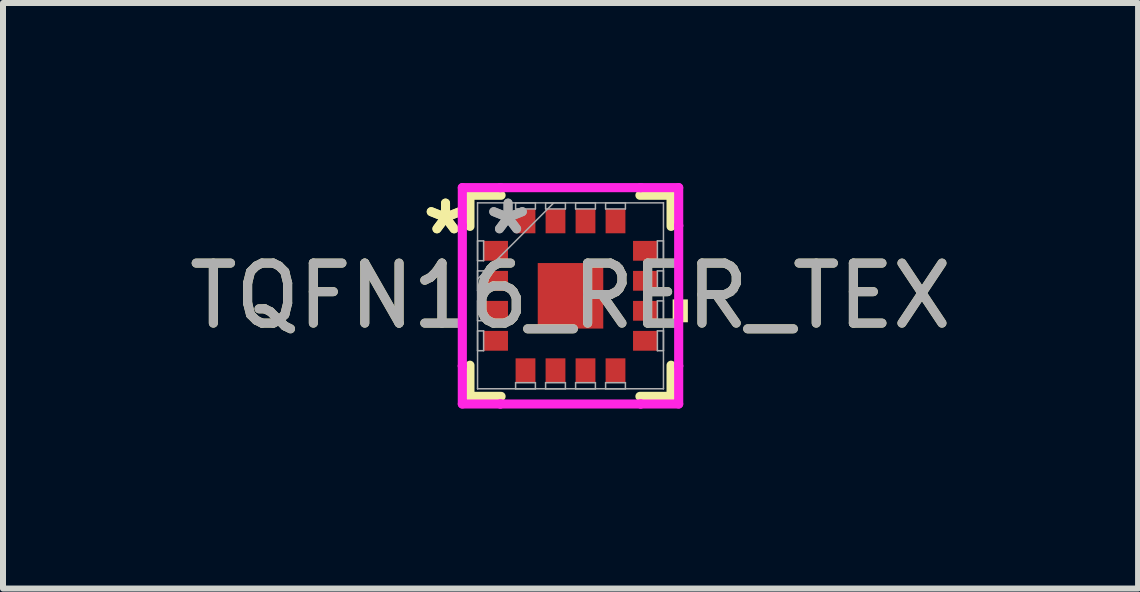
<source format=kicad_pcb>
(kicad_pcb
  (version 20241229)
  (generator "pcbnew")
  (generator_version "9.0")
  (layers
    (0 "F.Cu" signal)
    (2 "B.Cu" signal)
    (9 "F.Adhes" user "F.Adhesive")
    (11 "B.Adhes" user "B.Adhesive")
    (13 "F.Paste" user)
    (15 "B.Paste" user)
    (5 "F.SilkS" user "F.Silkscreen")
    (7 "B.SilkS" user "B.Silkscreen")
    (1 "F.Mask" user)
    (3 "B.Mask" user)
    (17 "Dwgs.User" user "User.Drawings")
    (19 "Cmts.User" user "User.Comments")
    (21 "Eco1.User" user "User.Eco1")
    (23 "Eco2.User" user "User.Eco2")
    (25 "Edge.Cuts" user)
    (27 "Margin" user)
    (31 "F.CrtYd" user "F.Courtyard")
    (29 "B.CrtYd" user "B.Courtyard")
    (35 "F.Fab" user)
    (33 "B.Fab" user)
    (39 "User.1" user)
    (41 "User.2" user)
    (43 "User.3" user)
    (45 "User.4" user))
  (footprint "TQFN16_RER_TEX"
    (layer "F.Cu")
    (at 6.458 1.88)
    (property "Reference" "TQFN16_RER_TEX" (at 0 0 0) (unlocked yes) (layer "F.SilkS") (effects (font (size 1 1) (thickness 0.15))))
    (attr smd)
    (fp_line (start -1.676 -1.676) (end -1.676 -1.157) (stroke (width 0.152) (type solid)) (layer "F.SilkS"))
    (fp_line (start -1.676 1.157) (end -1.676 1.676) (stroke (width 0.152) (type solid)) (layer "F.SilkS"))
    (fp_line (start -1.676 1.676) (end -1.157 1.676) (stroke (width 0.152) (type solid)) (layer "F.SilkS"))
    (fp_line (start -1.157 -1.676) (end -1.676 -1.676) (stroke (width 0.152) (type solid)) (layer "F.SilkS"))
    (fp_line (start 1.157 1.676) (end 1.676 1.676) (stroke (width 0.152) (type solid)) (layer "F.SilkS"))
    (fp_line (start 1.676 -1.676) (end 1.157 -1.676) (stroke (width 0.152) (type solid)) (layer "F.SilkS"))
    (fp_line (start 1.676 -1.157) (end 1.676 -1.676) (stroke (width 0.152) (type solid)) (layer "F.SilkS"))
    (fp_line (start 1.676 1.676) (end 1.676 1.157) (stroke (width 0.152) (type solid)) (layer "F.SilkS"))
    (fp_poly (pts (xy 1.956 0.06) (xy 1.956 0.441) (xy 1.702 0.441) (xy 1.702 0.06)) (stroke (width 0) (type solid)) (fill yes) (layer "F.SilkS"))
    (fp_line (start -1.803 -1.803) (end -1.169 -1.803) (stroke (width 0.152) (type solid)) (layer "F.CrtYd"))
    (fp_line (start -1.803 -1.169) (end -1.803 -1.803) (stroke (width 0.152) (type solid)) (layer "F.CrtYd"))
    (fp_line (start -1.803 -1.169) (end -1.803 -1.169) (stroke (width 0.152) (type solid)) (layer "F.CrtYd"))
    (fp_line (start -1.803 1.169) (end -1.803 -1.169) (stroke (width 0.152) (type solid)) (layer "F.CrtYd"))
    (fp_line (start -1.803 1.169) (end -1.803 1.169) (stroke (width 0.152) (type solid)) (layer "F.CrtYd"))
    (fp_line (start -1.803 1.803) (end -1.803 1.169) (stroke (width 0.152) (type solid)) (layer "F.CrtYd"))
    (fp_line (start -1.169 -1.803) (end -1.169 -1.803) (stroke (width 0.152) (type solid)) (layer "F.CrtYd"))
    (fp_line (start -1.169 -1.803) (end 1.169 -1.803) (stroke (width 0.152) (type solid)) (layer "F.CrtYd"))
    (fp_line (start -1.169 1.803) (end -1.803 1.803) (stroke (width 0.152) (type solid)) (layer "F.CrtYd"))
    (fp_line (start -1.169 1.803) (end -1.169 1.803) (stroke (width 0.152) (type solid)) (layer "F.CrtYd"))
    (fp_line (start 1.169 -1.803) (end 1.169 -1.803) (stroke (width 0.152) (type solid)) (layer "F.CrtYd"))
    (fp_line (start 1.169 -1.803) (end 1.803 -1.803) (stroke (width 0.152) (type solid)) (layer "F.CrtYd"))
    (fp_line (start 1.169 1.803) (end -1.169 1.803) (stroke (width 0.152) (type solid)) (layer "F.CrtYd"))
    (fp_line (start 1.169 1.803) (end 1.169 1.803) (stroke (width 0.152) (type solid)) (layer "F.CrtYd"))
    (fp_line (start 1.803 -1.803) (end 1.803 -1.169) (stroke (width 0.152) (type solid)) (layer "F.CrtYd"))
    (fp_line (start 1.803 -1.169) (end 1.803 -1.169) (stroke (width 0.152) (type solid)) (layer "F.CrtYd"))
    (fp_line (start 1.803 -1.169) (end 1.803 1.169) (stroke (width 0.152) (type solid)) (layer "F.CrtYd"))
    (fp_line (start 1.803 1.169) (end 1.803 1.169) (stroke (width 0.152) (type solid)) (layer "F.CrtYd"))
    (fp_line (start 1.803 1.169) (end 1.803 1.803) (stroke (width 0.152) (type solid)) (layer "F.CrtYd"))
    (fp_line (start 1.803 1.803) (end 1.169 1.803) (stroke (width 0.152) (type solid)) (layer "F.CrtYd"))
    (fp_line (start -1.549 -1.549) (end -1.549 -1.549) (stroke (width 0.025) (type solid)) (layer "F.Fab"))
    (fp_line (start -1.549 -1.549) (end -1.549 1.549) (stroke (width 0.025) (type solid)) (layer "F.Fab"))
    (fp_line (start -1.549 -0.915) (end -1.448 -0.915) (stroke (width 0.025) (type solid)) (layer "F.Fab"))
    (fp_line (start -1.549 -0.585) (end -1.549 -0.915) (stroke (width 0.025) (type solid)) (layer "F.Fab"))
    (fp_line (start -1.549 -0.415) (end -1.448 -0.415) (stroke (width 0.025) (type solid)) (layer "F.Fab"))
    (fp_line (start -1.549 -0.279) (end -0.279 -1.549) (stroke (width 0.025) (type solid)) (layer "F.Fab"))
    (fp_line (start -1.549 -0.085) (end -1.549 -0.415) (stroke (width 0.025) (type solid)) (layer "F.Fab"))
    (fp_line (start -1.549 0.085) (end -1.448 0.085) (stroke (width 0.025) (type solid)) (layer "F.Fab"))
    (fp_line (start -1.549 0.415) (end -1.549 0.085) (stroke (width 0.025) (type solid)) (layer "F.Fab"))
    (fp_line (start -1.549 0.585) (end -1.448 0.585) (stroke (width 0.025) (type solid)) (layer "F.Fab"))
    (fp_line (start -1.549 0.915) (end -1.549 0.585) (stroke (width 0.025) (type solid)) (layer "F.Fab"))
    (fp_line (start -1.549 1.549) (end -1.549 1.549) (stroke (width 0.025) (type solid)) (layer "F.Fab"))
    (fp_line (start -1.549 1.549) (end 1.549 1.549) (stroke (width 0.025) (type solid)) (layer "F.Fab"))
    (fp_line (start -1.448 -0.915) (end -1.448 -0.585) (stroke (width 0.025) (type solid)) (layer "F.Fab"))
    (fp_line (start -1.448 -0.585) (end -1.549 -0.585) (stroke (width 0.025) (type solid)) (layer "F.Fab"))
    (fp_line (start -1.448 -0.415) (end -1.448 -0.085) (stroke (width 0.025) (type solid)) (layer "F.Fab"))
    (fp_line (start -1.448 -0.085) (end -1.549 -0.085) (stroke (width 0.025) (type solid)) (layer "F.Fab"))
    (fp_line (start -1.448 0.085) (end -1.448 0.415) (stroke (width 0.025) (type solid)) (layer "F.Fab"))
    (fp_line (start -1.448 0.415) (end -1.549 0.415) (stroke (width 0.025) (type solid)) (layer "F.Fab"))
    (fp_line (start -1.448 0.585) (end -1.448 0.915) (stroke (width 0.025) (type solid)) (layer "F.Fab"))
    (fp_line (start -1.448 0.915) (end -1.549 0.915) (stroke (width 0.025) (type solid)) (layer "F.Fab"))
    (fp_line (start -0.915 -1.549) (end -0.585 -1.549) (stroke (width 0.025) (type solid)) (layer "F.Fab"))
    (fp_line (start -0.915 -1.448) (end -0.915 -1.549) (stroke (width 0.025) (type solid)) (layer "F.Fab"))
    (fp_line (start -0.915 1.448) (end -0.585 1.448) (stroke (width 0.025) (type solid)) (layer "F.Fab"))
    (fp_line (start -0.915 1.549) (end -0.915 1.448) (stroke (width 0.025) (type solid)) (layer "F.Fab"))
    (fp_line (start -0.585 -1.549) (end -0.585 -1.448) (stroke (width 0.025) (type solid)) (layer "F.Fab"))
    (fp_line (start -0.585 -1.448) (end -0.915 -1.448) (stroke (width 0.025) (type solid)) (layer "F.Fab"))
    (fp_line (start -0.585 1.448) (end -0.585 1.549) (stroke (width 0.025) (type solid)) (layer "F.Fab"))
    (fp_line (start -0.585 1.549) (end -0.915 1.549) (stroke (width 0.025) (type solid)) (layer "F.Fab"))
    (fp_line (start -0.415 -1.549) (end -0.085 -1.549) (stroke (width 0.025) (type solid)) (layer "F.Fab"))
    (fp_line (start -0.415 -1.448) (end -0.415 -1.549) (stroke (width 0.025) (type solid)) (layer "F.Fab"))
    (fp_line (start -0.415 1.448) (end -0.085 1.448) (stroke (width 0.025) (type solid)) (layer "F.Fab"))
    (fp_line (start -0.415 1.549) (end -0.415 1.448) (stroke (width 0.025) (type solid)) (layer "F.Fab"))
    (fp_line (start -0.085 -1.549) (end -0.085 -1.448) (stroke (width 0.025) (type solid)) (layer "F.Fab"))
    (fp_line (start -0.085 -1.448) (end -0.415 -1.448) (stroke (width 0.025) (type solid)) (layer "F.Fab"))
    (fp_line (start -0.085 1.448) (end -0.085 1.549) (stroke (width 0.025) (type solid)) (layer "F.Fab"))
    (fp_line (start -0.085 1.549) (end -0.415 1.549) (stroke (width 0.025) (type solid)) (layer "F.Fab"))
    (fp_line (start 0.085 -1.549) (end 0.415 -1.549) (stroke (width 0.025) (type solid)) (layer "F.Fab"))
    (fp_line (start 0.085 -1.448) (end 0.085 -1.549) (stroke (width 0.025) (type solid)) (layer "F.Fab"))
    (fp_line (start 0.085 1.448) (end 0.415 1.448) (stroke (width 0.025) (type solid)) (layer "F.Fab"))
    (fp_line (start 0.085 1.549) (end 0.085 1.448) (stroke (width 0.025) (type solid)) (layer "F.Fab"))
    (fp_line (start 0.415 -1.549) (end 0.415 -1.448) (stroke (width 0.025) (type solid)) (layer "F.Fab"))
    (fp_line (start 0.415 -1.448) (end 0.085 -1.448) (stroke (width 0.025) (type solid)) (layer "F.Fab"))
    (fp_line (start 0.415 1.448) (end 0.415 1.549) (stroke (width 0.025) (type solid)) (layer "F.Fab"))
    (fp_line (start 0.415 1.549) (end 0.085 1.549) (stroke (width 0.025) (type solid)) (layer "F.Fab"))
    (fp_line (start 0.585 -1.549) (end 0.915 -1.549) (stroke (width 0.025) (type solid)) (layer "F.Fab"))
    (fp_line (start 0.585 -1.448) (end 0.585 -1.549) (stroke (width 0.025) (type solid)) (layer "F.Fab"))
    (fp_line (start 0.585 1.448) (end 0.915 1.448) (stroke (width 0.025) (type solid)) (layer "F.Fab"))
    (fp_line (start 0.585 1.549) (end 0.585 1.448) (stroke (width 0.025) (type solid)) (layer "F.Fab"))
    (fp_line (start 0.915 -1.549) (end 0.915 -1.448) (stroke (width 0.025) (type solid)) (layer "F.Fab"))
    (fp_line (start 0.915 -1.448) (end 0.585 -1.448) (stroke (width 0.025) (type solid)) (layer "F.Fab"))
    (fp_line (start 0.915 1.448) (end 0.915 1.549) (stroke (width 0.025) (type solid)) (layer "F.Fab"))
    (fp_line (start 0.915 1.549) (end 0.585 1.549) (stroke (width 0.025) (type solid)) (layer "F.Fab"))
    (fp_line (start 1.448 -0.915) (end 1.549 -0.915) (stroke (width 0.025) (type solid)) (layer "F.Fab"))
    (fp_line (start 1.448 -0.585) (end 1.448 -0.915) (stroke (width 0.025) (type solid)) (layer "F.Fab"))
    (fp_line (start 1.448 -0.415) (end 1.549 -0.415) (stroke (width 0.025) (type solid)) (layer "F.Fab"))
    (fp_line (start 1.448 -0.085) (end 1.448 -0.415) (stroke (width 0.025) (type solid)) (layer "F.Fab"))
    (fp_line (start 1.448 0.085) (end 1.549 0.085) (stroke (width 0.025) (type solid)) (layer "F.Fab"))
    (fp_line (start 1.448 0.415) (end 1.448 0.085) (stroke (width 0.025) (type solid)) (layer "F.Fab"))
    (fp_line (start 1.448 0.585) (end 1.549 0.585) (stroke (width 0.025) (type solid)) (layer "F.Fab"))
    (fp_line (start 1.448 0.915) (end 1.448 0.585) (stroke (width 0.025) (type solid)) (layer "F.Fab"))
    (fp_line (start 1.549 -1.549) (end -1.549 -1.549) (stroke (width 0.025) (type solid)) (layer "F.Fab"))
    (fp_line (start 1.549 -1.549) (end 1.549 -1.549) (stroke (width 0.025) (type solid)) (layer "F.Fab"))
    (fp_line (start 1.549 -0.915) (end 1.549 -0.585) (stroke (width 0.025) (type solid)) (layer "F.Fab"))
    (fp_line (start 1.549 -0.585) (end 1.448 -0.585) (stroke (width 0.025) (type solid)) (layer "F.Fab"))
    (fp_line (start 1.549 -0.415) (end 1.549 -0.085) (stroke (width 0.025) (type solid)) (layer "F.Fab"))
    (fp_line (start 1.549 -0.085) (end 1.448 -0.085) (stroke (width 0.025) (type solid)) (layer "F.Fab"))
    (fp_line (start 1.549 0.085) (end 1.549 0.415) (stroke (width 0.025) (type solid)) (layer "F.Fab"))
    (fp_line (start 1.549 0.415) (end 1.448 0.415) (stroke (width 0.025) (type solid)) (layer "F.Fab"))
    (fp_line (start 1.549 0.585) (end 1.549 0.915) (stroke (width 0.025) (type solid)) (layer "F.Fab"))
    (fp_line (start 1.549 0.915) (end 1.448 0.915) (stroke (width 0.025) (type solid)) (layer "F.Fab"))
    (fp_line (start 1.549 1.549) (end 1.549 -1.549) (stroke (width 0.025) (type solid)) (layer "F.Fab"))
    (fp_line (start 1.549 1.549) (end 1.549 1.549) (stroke (width 0.025) (type solid)) (layer "F.Fab"))
    (fp_text user "*" (at -2.083 -1 0) (unlocked yes) (layer "F.SilkS") (effects (font (size 1 1) (thickness 0.15))))
    (fp_text user "*" (at -2.083 -1 0) (layer "F.SilkS") (effects (font (size 1 1) (thickness 0.15))))
    (fp_text user "${REFERENCE}" (at 0 0 0) (unlocked yes) (layer "F.Fab") (effects (font (size 1 1) (thickness 0.15))))
    (fp_text user "*" (at -1.041 -1 0) (layer "F.Fab") (effects (font (size 1 1) (thickness 0.15))))
    (fp_text user "*" (at -1.041 -1 0) (unlocked yes) (layer "F.Fab") (effects (font (size 1 1) (thickness 0.15))))
    (pad "1" smd rect (at -1.245 -0.75 90) (size 0.33 0.406) (layers "F.Cu" "F.Mask" "F.Paste"))
    (pad "2" smd rect (at -1.245 -0.25 90) (size 0.33 0.406) (layers "F.Cu" "F.Mask" "F.Paste"))
    (pad "3" smd rect (at -1.245 0.25 90) (size 0.33 0.406) (layers "F.Cu" "F.Mask" "F.Paste"))
    (pad "4" smd rect (at -1.245 0.75 90) (size 0.33 0.406) (layers "F.Cu" "F.Mask" "F.Paste"))
    (pad "5" smd rect (at -0.75 1.245) (size 0.33 0.406) (layers "F.Cu" "F.Mask" "F.Paste"))
    (pad "6" smd rect (at -0.25 1.245) (size 0.33 0.406) (layers "F.Cu" "F.Mask" "F.Paste"))
    (pad "7" smd rect (at 0.25 1.245) (size 0.33 0.406) (layers "F.Cu" "F.Mask" "F.Paste"))
    (pad "8" smd rect (at 0.75 1.245) (size 0.33 0.406) (layers "F.Cu" "F.Mask" "F.Paste"))
    (pad "9" smd rect (at 1.245 0.75 90) (size 0.33 0.406) (layers "F.Cu" "F.Mask" "F.Paste"))
    (pad "10" smd rect (at 1.245 0.25 90) (size 0.33 0.406) (layers "F.Cu" "F.Mask" "F.Paste"))
    (pad "11" smd rect (at 1.245 -0.25 90) (size 0.33 0.406) (layers "F.Cu" "F.Mask" "F.Paste"))
    (pad "12" smd rect (at 1.245 -0.75 90) (size 0.33 0.406) (layers "F.Cu" "F.Mask" "F.Paste"))
    (pad "13" smd rect (at 0.75 -1.245) (size 0.33 0.406) (layers "F.Cu" "F.Mask" "F.Paste"))
    (pad "14" smd rect (at 0.25 -1.245) (size 0.33 0.406) (layers "F.Cu" "F.Mask" "F.Paste"))
    (pad "15" smd rect (at -0.25 -1.245) (size 0.33 0.406) (layers "F.Cu" "F.Mask" "F.Paste"))
    (pad "16" smd rect (at -0.75 -1.245) (size 0.33 0.406) (layers "F.Cu" "F.Mask" "F.Paste"))
    (pad "17" smd rect (at 0 0) (size 1.092 1.092) (layers "F.Cu" "F.Mask" "F.Paste")))
  (gr_rect
    (start -3 -3)
    (end 15.917 6.759)
    (stroke (width 0.1) (type default))
    (fill no)
    (layer "Edge.Cuts")))
</source>
